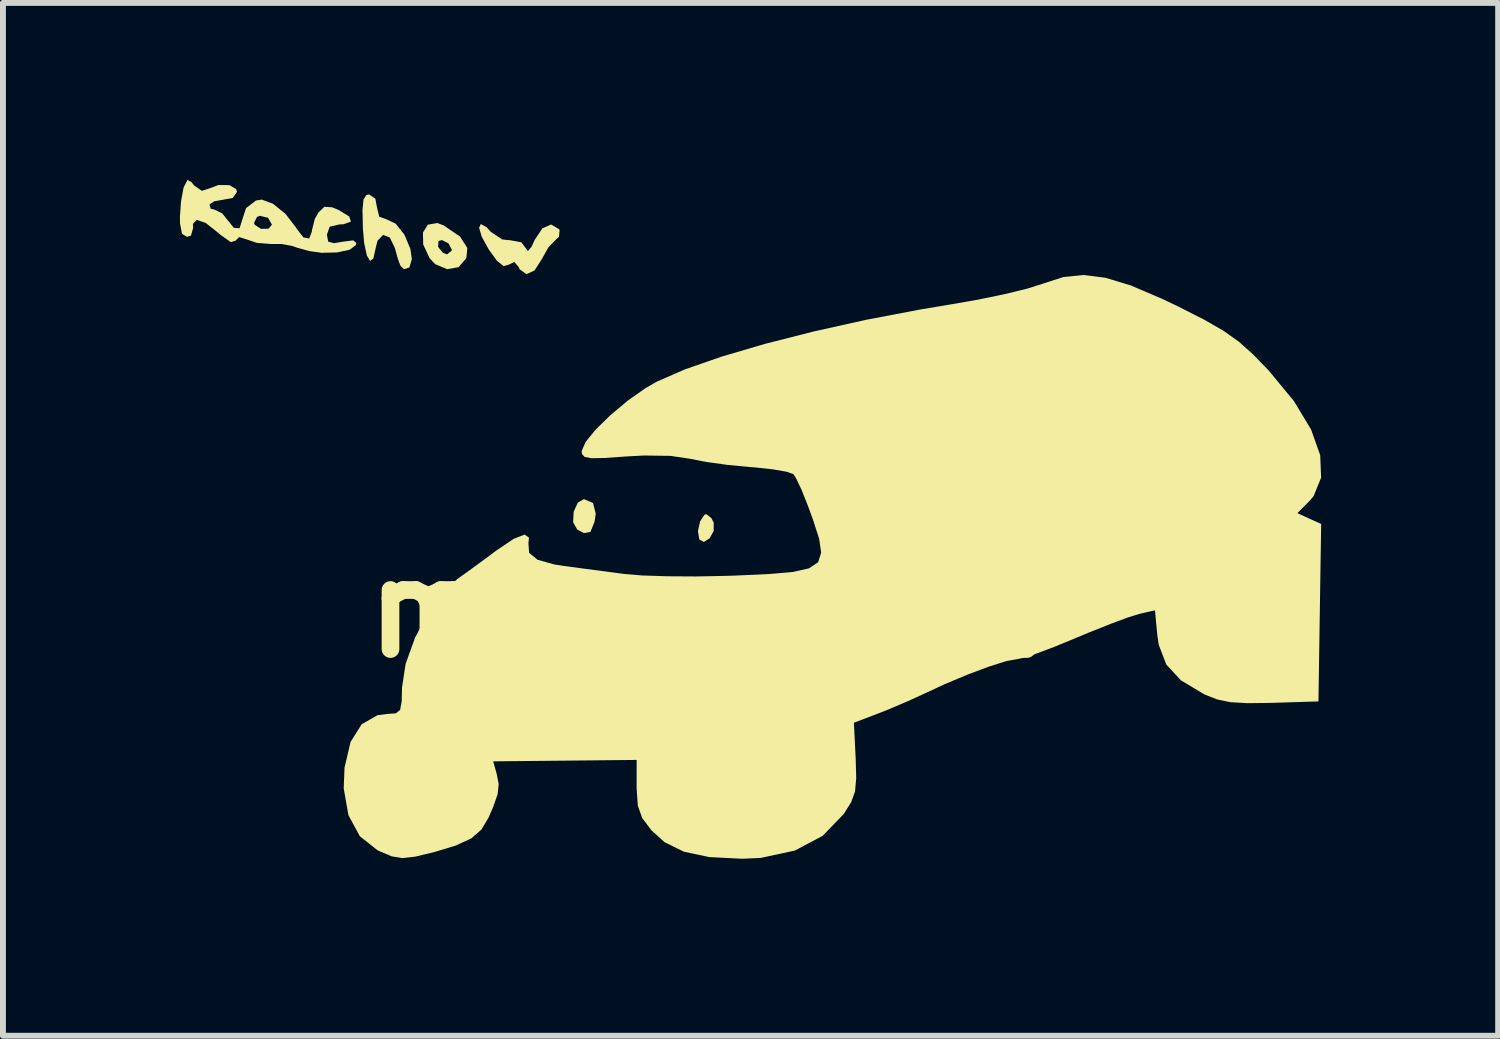
<source format=kicad_pcb>
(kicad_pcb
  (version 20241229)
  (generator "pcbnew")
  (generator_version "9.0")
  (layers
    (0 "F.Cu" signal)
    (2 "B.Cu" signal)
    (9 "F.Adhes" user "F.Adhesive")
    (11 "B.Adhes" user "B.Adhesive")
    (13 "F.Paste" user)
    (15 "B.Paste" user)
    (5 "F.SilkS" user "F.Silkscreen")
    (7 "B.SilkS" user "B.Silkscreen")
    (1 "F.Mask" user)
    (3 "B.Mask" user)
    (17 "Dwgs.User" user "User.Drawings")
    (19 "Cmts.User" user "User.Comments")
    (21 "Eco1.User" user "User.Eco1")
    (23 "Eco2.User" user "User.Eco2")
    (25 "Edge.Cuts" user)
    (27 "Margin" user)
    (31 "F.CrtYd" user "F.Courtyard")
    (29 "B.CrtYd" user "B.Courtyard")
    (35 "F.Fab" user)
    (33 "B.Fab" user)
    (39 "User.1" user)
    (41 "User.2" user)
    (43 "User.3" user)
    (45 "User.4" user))
  (footprint "maqueen2"
    (layer "F.Cu")
    (at 8.926 7.273)
    (property "Reference" "maqueen2" (at 0 0 0) (layer "F.SilkS") (effects (font (size 1.5 1.5) (thickness 0.3))))
    (attr board_only exclude_from_pos_files exclude_from_bom)
    (fp_poly (pts (xy -1.924 -1.797) (xy -1.878 -1.613) (xy -1.899 -1.477) (xy -1.968 -1.307) (xy -2.078 -1.287) (xy -2.192 -1.347) (xy -2.262 -1.472) (xy -2.252 -1.65) (xy -2.181 -1.805) (xy -2.078 -1.863)) (stroke (width 0) (type solid)) (fill yes) (layer "F.SilkS"))
    (fp_poly (pts (xy 0.082 -1.541) (xy 0.121 -1.467) (xy 0.122 -1.325) (xy 0.052 -1.198) (xy -0.046 -1.137) (xy -0.122 -1.178) (xy -0.146 -1.319) (xy -0.109 -1.486) (xy -0.035 -1.598) (xy -0.003 -1.609)) (stroke (width 0) (type solid)) (fill yes) (layer "F.SilkS"))
    (fp_poly (pts (xy -4.459 -6.504) (xy -4.177 -6.312) (xy -4.055 -6.12) (xy -4.071 -5.948) (xy -4.202 -5.795) (xy -4.397 -5.76) (xy -4.599 -5.845) (xy -4.694 -5.946) (xy -4.784 -6.138) (xy -4.55 -6.138) (xy -4.469 -6.037) (xy -4.398 -6.011) (xy -4.32 -6.075) (xy -4.318 -6.091) (xy -4.374 -6.198) (xy -4.485 -6.254) (xy -4.544 -6.237) (xy -4.55 -6.138) (xy -4.784 -6.138) (xy -4.803 -6.18) (xy -4.807 -6.382) (xy -4.723 -6.515) (xy -4.565 -6.543)) (stroke (width 0) (type solid)) (fill yes) (layer "F.SilkS"))
    (fp_poly (pts (xy -5.613 -6.954) (xy -5.588 -6.816) (xy -5.548 -6.649) (xy -5.421 -6.604) (xy -5.267 -6.53) (xy -5.121 -6.345) (xy -5.02 -6.105) (xy -4.995 -5.931) (xy -5.037 -5.789) (xy -5.128 -5.76) (xy -5.19 -5.821) (xy -5.235 -5.944) (xy -5.282 -6.117) (xy -5.369 -6.298) (xy -5.483 -6.341) (xy -5.577 -6.242) (xy -5.604 -6.136) (xy -5.647 -5.942) (xy -5.703 -5.9) (xy -5.758 -5.993) (xy -5.804 -6.207) (xy -5.825 -6.456) (xy -5.832 -6.766) (xy -5.814 -6.942) (xy -5.767 -7.017) (xy -5.719 -7.027)) (stroke (width 0) (type solid)) (fill yes) (layer "F.SilkS"))
    (fp_poly (pts (xy -3.73 -6.473) (xy -3.655 -6.392) (xy -3.463 -6.264) (xy -3.323 -6.25) (xy -3.14 -6.216) (xy -3.078 -6.135) (xy -3.028 -6.069) (xy -2.966 -6.14) (xy -2.913 -6.257) (xy -2.783 -6.452) (xy -2.635 -6.518) (xy -2.503 -6.441) (xy -2.491 -6.424) (xy -2.501 -6.309) (xy -2.559 -6.256) (xy -2.68 -6.131) (xy -2.793 -5.93) (xy -2.793 -5.929) (xy -2.916 -5.738) (xy -3.052 -5.676) (xy -3.166 -5.756) (xy -3.188 -5.802) (xy -3.26 -5.883) (xy -3.349 -5.838) (xy -3.44 -5.813) (xy -3.553 -5.903) (xy -3.69 -6.092) (xy -3.81 -6.309) (xy -3.855 -6.462) (xy -3.827 -6.526)) (stroke (width 0) (type solid)) (fill yes) (layer "F.SilkS"))
    (fp_poly (pts (xy -8.727 -7.232) (xy -8.689 -7.182) (xy -8.556 -7.089) (xy -8.462 -7.117) (xy -8.272 -7.187) (xy -8.087 -7.185) (xy -7.971 -7.116) (xy -7.959 -7.07) (xy -8.032 -6.967) (xy -8.165 -6.943) (xy -8.345 -6.911) (xy -8.424 -6.858) (xy -8.406 -6.785) (xy -8.348 -6.773) (xy -8.209 -6.706) (xy -8.128 -6.604) (xy -8.012 -6.461) (xy -7.915 -6.454) (xy -7.887 -6.544) (xy -7.67 -6.544) (xy -7.659 -6.513) (xy -7.554 -6.445) (xy -7.426 -6.446) (xy -7.366 -6.514) (xy -7.433 -6.632) (xy -7.571 -6.665) (xy -7.621 -6.645) (xy -7.67 -6.544) (xy -7.887 -6.544) (xy -7.874 -6.586) (xy -7.874 -6.587) (xy -7.805 -6.796) (xy -7.637 -6.924) (xy -7.54 -6.94) (xy -7.348 -6.869) (xy -7.136 -6.697) (xy -6.963 -6.472) (xy -6.952 -6.452) (xy -6.833 -6.299) (xy -6.735 -6.28) (xy -6.689 -6.401) (xy -6.689 -6.418) (xy -6.64 -6.612) (xy -6.579 -6.721) (xy -6.477 -6.818) (xy -6.344 -6.809) (xy -6.241 -6.766) (xy -6.057 -6.654) (xy -6.027 -6.567) (xy -6.153 -6.522) (xy -6.223 -6.519) (xy -6.388 -6.481) (xy -6.435 -6.344) (xy -6.435 -6.343) (xy -6.412 -6.226) (xy -6.313 -6.201) (xy -6.171 -6.225) (xy -5.99 -6.249) (xy -5.937 -6.205) (xy -5.944 -6.168) (xy -6.049 -6.09) (xy -6.262 -6.044) (xy -6.525 -6.038) (xy -6.731 -6.067) (xy -6.938 -6.124) (xy -7.027 -6.155) (xy -7.206 -6.187) (xy -7.382 -6.187) (xy -7.621 -6.206) (xy -7.777 -6.259) (xy -7.922 -6.305) (xy -7.983 -6.243) (xy -8.063 -6.219) (xy -8.232 -6.337) (xy -8.27 -6.371) (xy -8.488 -6.543) (xy -8.64 -6.597) (xy -8.706 -6.529) (xy -8.703 -6.456) (xy -8.739 -6.33) (xy -8.805 -6.308) (xy -8.891 -6.36) (xy -8.925 -6.536) (xy -8.926 -6.652) (xy -8.907 -6.916) (xy -8.867 -7.13) (xy -8.857 -7.16) (xy -8.797 -7.273)) (stroke (width 0) (type solid)) (fill yes) (layer "F.SilkS"))
    (fp_poly (pts (xy 6.762 -5.615) (xy 7.195 -5.483) (xy 7.72 -5.259) (xy 8 -5.125) (xy 8.436 -4.904) (xy 8.761 -4.717) (xy 9.023 -4.531) (xy 9.265 -4.315) (xy 9.531 -4.04) (xy 9.956 -3.525) (xy 10.247 -3.043) (xy 10.402 -2.607) (xy 10.417 -2.226) (xy 10.289 -1.912) (xy 10.214 -1.825) (xy 10.015 -1.625) (xy 10.216 -1.533) (xy 10.418 -1.441) (xy 10.395 0.063) (xy 10.372 1.566) (xy 9.58 1.591) (xy 9.17 1.596) (xy 8.878 1.579) (xy 8.653 1.532) (xy 8.444 1.449) (xy 8.43 1.442) (xy 8.04 1.208) (xy 7.793 0.941) (xy 7.665 0.607) (xy 7.64 0.437) (xy 7.601 0.022) (xy 7.335 0.083) (xy 7.145 0.142) (xy 6.848 0.252) (xy 6.49 0.395) (xy 6.248 0.496) (xy 5.893 0.642) (xy 5.583 0.758) (xy 5.359 0.83) (xy 5.275 0.847) (xy 5.087 0.881) (xy 4.79 0.975) (xy 4.425 1.111) (xy 4.035 1.275) (xy 3.768 1.399) (xy 3.426 1.556) (xy 3.057 1.713) (xy 2.921 1.766) (xy 2.498 1.928) (xy 2.528 2.534) (xy 2.537 2.867) (xy 2.517 3.093) (xy 2.453 3.271) (xy 2.333 3.464) (xy 2.328 3.472) (xy 1.969 3.844) (xy 1.497 4.094) (xy 0.918 4.219) (xy 0.607 4.233) (xy 0.047 4.205) (xy -0.383 4.114) (xy -0.712 3.952) (xy -0.935 3.75) (xy -1.091 3.542) (xy -1.165 3.332) (xy -1.185 3.04) (xy -1.185 3.012) (xy -1.185 2.558) (xy -2.4 2.57) (xy -3.616 2.582) (xy -3.557 2.794) (xy -3.523 2.968) (xy -3.541 3.139) (xy -3.621 3.366) (xy -3.694 3.534) (xy -3.815 3.738) (xy -3.988 3.888) (xy -4.253 4.01) (xy -4.61 4.118) (xy -4.931 4.196) (xy -5.152 4.222) (xy -5.334 4.193) (xy -5.539 4.107) (xy -5.579 4.088) (xy -5.877 3.851) (xy -6.07 3.495) (xy -6.15 3.04) (xy -6.136 2.688) (xy -6.034 2.253) (xy -5.846 1.954) (xy -5.579 1.8) (xy -5.406 1.778) (xy -5.266 1.768) (xy -5.194 1.711) (xy -5.167 1.563) (xy -5.162 1.333) (xy -5.101 0.931) (xy -4.94 0.484) (xy -4.71 0.05) (xy -4.439 -0.314) (xy -4.227 -0.506) (xy -3.971 -0.69) (xy -3.677 -0.906) (xy -3.558 -0.995) (xy -3.268 -1.19) (xy -3.084 -1.262) (xy -3.01 -1.21) (xy -3.019 -1.116) (xy -3.008 -0.953) (xy -2.865 -0.835) (xy -2.575 -0.754) (xy -2.413 -0.729) (xy -2.098 -0.687) (xy -1.709 -0.636) (xy -1.397 -0.594) (xy -1.094 -0.569) (xy -0.671 -0.555) (xy -0.179 -0.552) (xy 0.335 -0.562) (xy 0.491 -0.567) (xy 1.054 -0.593) (xy 1.464 -0.628) (xy 1.738 -0.69) (xy 1.892 -0.794) (xy 1.943 -0.956) (xy 1.908 -1.193) (xy 1.802 -1.521) (xy 1.714 -1.761) (xy 1.61 -2.022) (xy 1.517 -2.217) (xy 1.473 -2.286) (xy 1.357 -2.327) (xy 1.119 -2.368) (xy 0.805 -2.402) (xy 0.731 -2.407) (xy 0.356 -2.443) (xy -0.003 -2.492) (xy -0.272 -2.545) (xy -0.285 -2.548) (xy -0.613 -2.596) (xy -1.064 -2.602) (xy -1.376 -2.585) (xy -1.732 -2.56) (xy -1.952 -2.556) (xy -2.067 -2.578) (xy -2.111 -2.627) (xy -2.117 -2.676) (xy -2.051 -2.83) (xy -1.876 -3.045) (xy -1.626 -3.289) (xy -1.334 -3.533) (xy -1.033 -3.745) (xy -0.841 -3.855) (xy -0.364 -4.063) (xy 0.255 -4.278) (xy 0.989 -4.494) (xy 1.811 -4.703) (xy 2.694 -4.9) (xy 3.612 -5.075) (xy 4.149 -5.165) (xy 4.613 -5.246) (xy 5.056 -5.338) (xy 5.432 -5.43) (xy 5.692 -5.511) (xy 5.712 -5.519) (xy 6.051 -5.628) (xy 6.391 -5.662)) (stroke (width 0) (type solid)) (fill yes) (layer "F.SilkS")))
  (gr_rect
    (start -3 -3)
    (end 22.344 14.506)
    (stroke (width 0.1) (type default))
    (fill no)
    (layer "Edge.Cuts")))
</source>
